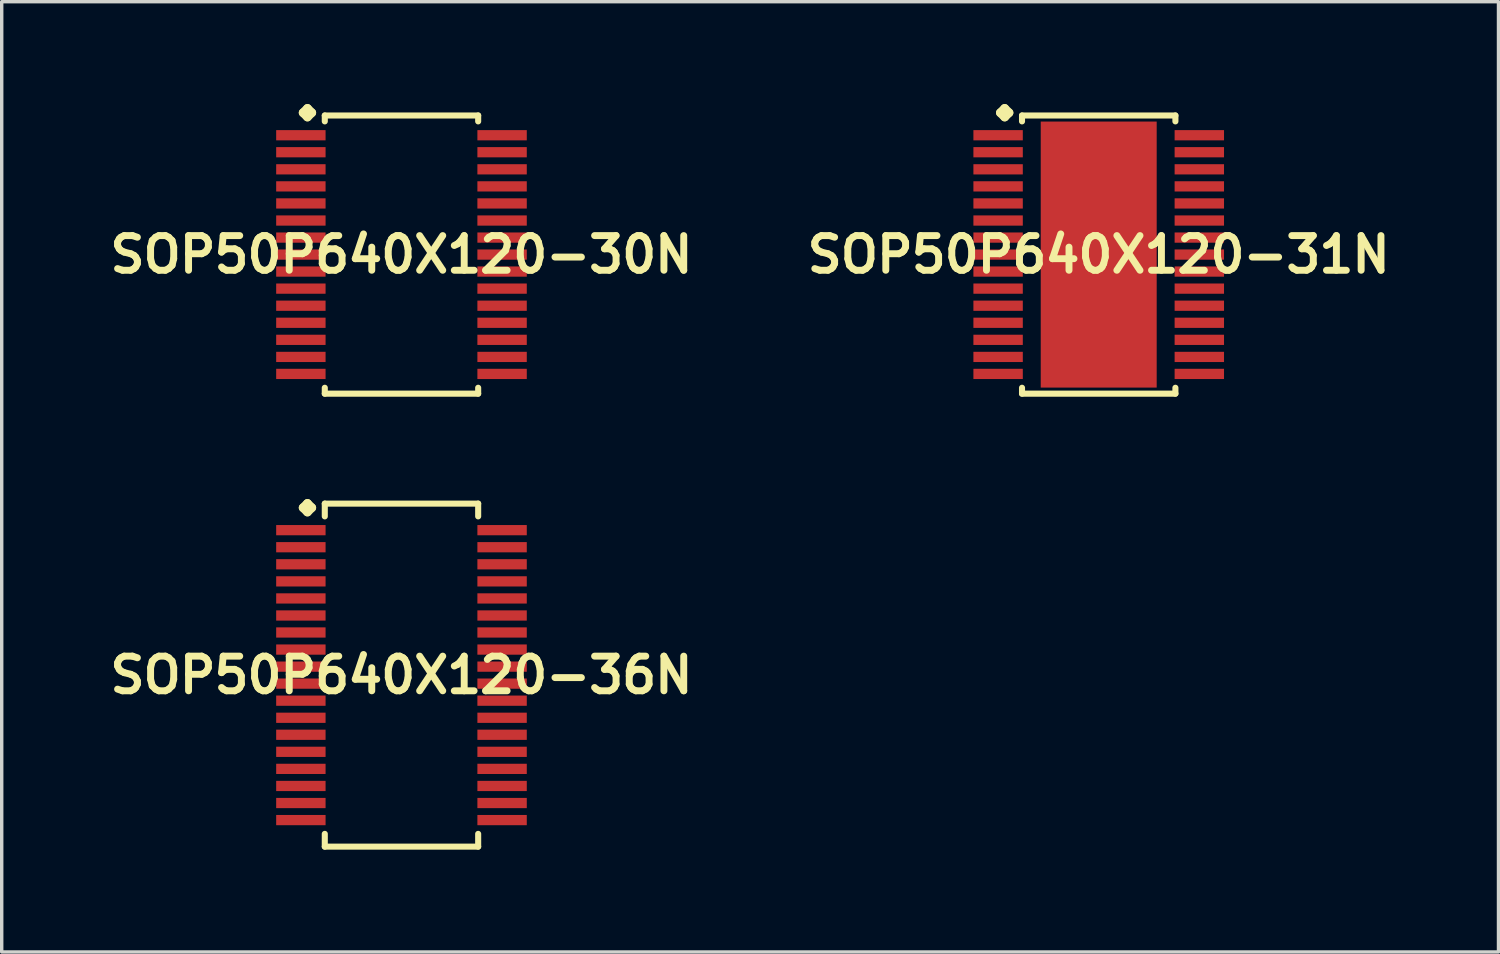
<source format=kicad_pcb>
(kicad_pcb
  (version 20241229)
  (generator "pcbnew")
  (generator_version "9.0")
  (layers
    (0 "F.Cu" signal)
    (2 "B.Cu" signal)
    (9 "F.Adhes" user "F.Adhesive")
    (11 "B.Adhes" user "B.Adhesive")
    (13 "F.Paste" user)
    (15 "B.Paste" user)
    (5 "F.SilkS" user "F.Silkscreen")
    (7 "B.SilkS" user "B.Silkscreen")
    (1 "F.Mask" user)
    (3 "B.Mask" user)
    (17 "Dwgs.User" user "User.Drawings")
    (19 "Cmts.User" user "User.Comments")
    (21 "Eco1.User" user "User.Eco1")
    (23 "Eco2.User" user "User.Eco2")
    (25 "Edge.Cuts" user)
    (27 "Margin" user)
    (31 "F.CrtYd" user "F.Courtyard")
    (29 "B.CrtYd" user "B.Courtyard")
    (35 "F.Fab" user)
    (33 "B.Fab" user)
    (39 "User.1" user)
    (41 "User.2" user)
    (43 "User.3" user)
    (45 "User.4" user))
  (footprint "SOP50P640X120-30N"
    (layer "F.Cu")
    (at 8.718 4.412)
    (property "Reference" "SOP50P640X120-30N" (at 0 0 0) (layer "F.SilkS") (effects (font (size 1.016 1.016) (thickness 0.203))))
    (attr smd)
    (fp_line (start -2.883 -4.158) (end -2.756 -4.285) (stroke (width 0.254) (type solid)) (layer "F.SilkS"))
    (fp_line (start -2.756 -4.285) (end -2.629 -4.158) (stroke (width 0.254) (type solid)) (layer "F.SilkS"))
    (fp_line (start -2.756 -4.031) (end -2.883 -4.158) (stroke (width 0.254) (type solid)) (layer "F.SilkS"))
    (fp_line (start -2.629 -4.158) (end -2.756 -4.031) (stroke (width 0.254) (type solid)) (layer "F.SilkS"))
    (fp_line (start -2.248 -4.077) (end 2.248 -4.077) (stroke (width 0.178) (type solid)) (layer "F.SilkS"))
    (fp_line (start -2.248 -3.904) (end -2.248 -4.077) (stroke (width 0.178) (type solid)) (layer "F.SilkS"))
    (fp_line (start -2.248 3.904) (end -2.248 4.077) (stroke (width 0.178) (type solid)) (layer "F.SilkS"))
    (fp_line (start -2.248 4.077) (end 2.248 4.077) (stroke (width 0.178) (type solid)) (layer "F.SilkS"))
    (fp_line (start 2.248 -4.077) (end 2.248 -3.904) (stroke (width 0.178) (type solid)) (layer "F.SilkS"))
    (fp_line (start 2.248 4.077) (end 2.248 3.904) (stroke (width 0.178) (type solid)) (layer "F.SilkS"))
    (pad "1" smd rect (at -2.949 -3.498) (size 1.448 0.3) (layers "F.Cu" "F.Mask" "F.Paste"))
    (pad "2" smd rect (at -2.949 -3) (size 1.448 0.3) (layers "F.Cu" "F.Mask" "F.Paste"))
    (pad "3" smd rect (at -2.949 -2.499) (size 1.448 0.3) (layers "F.Cu" "F.Mask" "F.Paste"))
    (pad "4" smd rect (at -2.949 -1.999) (size 1.448 0.3) (layers "F.Cu" "F.Mask" "F.Paste"))
    (pad "5" smd rect (at -2.949 -1.499) (size 1.448 0.3) (layers "F.Cu" "F.Mask" "F.Paste"))
    (pad "6" smd rect (at -2.949 -0.998) (size 1.448 0.3) (layers "F.Cu" "F.Mask" "F.Paste"))
    (pad "7" smd rect (at -2.949 -0.498) (size 1.448 0.3) (layers "F.Cu" "F.Mask" "F.Paste"))
    (pad "8" smd rect (at -2.949 0) (size 1.448 0.3) (layers "F.Cu" "F.Mask" "F.Paste"))
    (pad "9" smd rect (at -2.949 0.498) (size 1.448 0.3) (layers "F.Cu" "F.Mask" "F.Paste"))
    (pad "10" smd rect (at -2.949 0.998) (size 1.448 0.3) (layers "F.Cu" "F.Mask" "F.Paste"))
    (pad "11" smd rect (at -2.949 1.499) (size 1.448 0.3) (layers "F.Cu" "F.Mask" "F.Paste"))
    (pad "12" smd rect (at -2.949 1.999) (size 1.448 0.3) (layers "F.Cu" "F.Mask" "F.Paste"))
    (pad "13" smd rect (at -2.949 2.499) (size 1.448 0.3) (layers "F.Cu" "F.Mask" "F.Paste"))
    (pad "14" smd rect (at -2.949 3) (size 1.448 0.3) (layers "F.Cu" "F.Mask" "F.Paste"))
    (pad "15" smd rect (at -2.949 3.498) (size 1.448 0.3) (layers "F.Cu" "F.Mask" "F.Paste"))
    (pad "16" smd rect (at 2.949 3.498) (size 1.448 0.3) (layers "F.Cu" "F.Mask" "F.Paste"))
    (pad "17" smd rect (at 2.949 3) (size 1.448 0.3) (layers "F.Cu" "F.Mask" "F.Paste"))
    (pad "18" smd rect (at 2.949 2.499) (size 1.448 0.3) (layers "F.Cu" "F.Mask" "F.Paste"))
    (pad "19" smd rect (at 2.949 1.999) (size 1.448 0.3) (layers "F.Cu" "F.Mask" "F.Paste"))
    (pad "20" smd rect (at 2.949 1.499) (size 1.448 0.3) (layers "F.Cu" "F.Mask" "F.Paste"))
    (pad "21" smd rect (at 2.949 0.998) (size 1.448 0.3) (layers "F.Cu" "F.Mask" "F.Paste"))
    (pad "22" smd rect (at 2.949 0.498) (size 1.448 0.3) (layers "F.Cu" "F.Mask" "F.Paste"))
    (pad "23" smd rect (at 2.949 0) (size 1.448 0.3) (layers "F.Cu" "F.Mask" "F.Paste"))
    (pad "24" smd rect (at 2.949 -0.498) (size 1.448 0.3) (layers "F.Cu" "F.Mask" "F.Paste"))
    (pad "25" smd rect (at 2.949 -0.998) (size 1.448 0.3) (layers "F.Cu" "F.Mask" "F.Paste"))
    (pad "26" smd rect (at 2.949 -1.499) (size 1.448 0.3) (layers "F.Cu" "F.Mask" "F.Paste"))
    (pad "27" smd rect (at 2.949 -1.999) (size 1.448 0.3) (layers "F.Cu" "F.Mask" "F.Paste"))
    (pad "28" smd rect (at 2.949 -2.499) (size 1.448 0.3) (layers "F.Cu" "F.Mask" "F.Paste"))
    (pad "29" smd rect (at 2.949 -3) (size 1.448 0.3) (layers "F.Cu" "F.Mask" "F.Paste"))
    (pad "30" smd rect (at 2.949 -3.498) (size 1.448 0.3) (layers "F.Cu" "F.Mask" "F.Paste")))
  (footprint "SOP50P640X120-36N"
    (layer "F.Cu")
    (at 8.718 16.739)
    (property "Reference" "SOP50P640X120-36N" (at 0 0 0) (layer "F.SilkS") (effects (font (size 1.016 1.016) (thickness 0.203))))
    (attr smd)
    (fp_line (start -2.883 -4.907) (end -2.756 -5.034) (stroke (width 0.254) (type solid)) (layer "F.SilkS"))
    (fp_line (start -2.756 -5.034) (end -2.629 -4.907) (stroke (width 0.254) (type solid)) (layer "F.SilkS"))
    (fp_line (start -2.756 -4.78) (end -2.883 -4.907) (stroke (width 0.254) (type solid)) (layer "F.SilkS"))
    (fp_line (start -2.629 -4.907) (end -2.756 -4.78) (stroke (width 0.254) (type solid)) (layer "F.SilkS"))
    (fp_line (start -2.248 -5.027) (end 2.248 -5.027) (stroke (width 0.178) (type solid)) (layer "F.SilkS"))
    (fp_line (start -2.248 -4.653) (end -2.248 -5.027) (stroke (width 0.178) (type solid)) (layer "F.SilkS"))
    (fp_line (start -2.248 4.653) (end -2.248 5.027) (stroke (width 0.178) (type solid)) (layer "F.SilkS"))
    (fp_line (start -2.248 5.027) (end 2.248 5.027) (stroke (width 0.178) (type solid)) (layer "F.SilkS"))
    (fp_line (start 2.248 -5.027) (end 2.248 -4.653) (stroke (width 0.178) (type solid)) (layer "F.SilkS"))
    (fp_line (start 2.248 5.027) (end 2.248 4.653) (stroke (width 0.178) (type solid)) (layer "F.SilkS"))
    (pad "1" smd rect (at -2.949 -4.249) (size 1.448 0.3) (layers "F.Cu" "F.Mask" "F.Paste"))
    (pad "2" smd rect (at -2.949 -3.749) (size 1.448 0.3) (layers "F.Cu" "F.Mask" "F.Paste"))
    (pad "3" smd rect (at -2.949 -3.249) (size 1.448 0.3) (layers "F.Cu" "F.Mask" "F.Paste"))
    (pad "4" smd rect (at -2.949 -2.748) (size 1.448 0.3) (layers "F.Cu" "F.Mask" "F.Paste"))
    (pad "5" smd rect (at -2.949 -2.248) (size 1.448 0.3) (layers "F.Cu" "F.Mask" "F.Paste"))
    (pad "6" smd rect (at -2.949 -1.748) (size 1.448 0.3) (layers "F.Cu" "F.Mask" "F.Paste"))
    (pad "7" smd rect (at -2.949 -1.25) (size 1.448 0.3) (layers "F.Cu" "F.Mask" "F.Paste"))
    (pad "8" smd rect (at -2.949 -0.749) (size 1.448 0.3) (layers "F.Cu" "F.Mask" "F.Paste"))
    (pad "9" smd rect (at -2.949 -0.249) (size 1.448 0.3) (layers "F.Cu" "F.Mask" "F.Paste"))
    (pad "10" smd rect (at -2.949 0.249) (size 1.448 0.3) (layers "F.Cu" "F.Mask" "F.Paste"))
    (pad "11" smd rect (at -2.949 0.749) (size 1.448 0.3) (layers "F.Cu" "F.Mask" "F.Paste"))
    (pad "12" smd rect (at -2.949 1.25) (size 1.448 0.3) (layers "F.Cu" "F.Mask" "F.Paste"))
    (pad "13" smd rect (at -2.949 1.748) (size 1.448 0.3) (layers "F.Cu" "F.Mask" "F.Paste"))
    (pad "14" smd rect (at -2.949 2.248) (size 1.448 0.3) (layers "F.Cu" "F.Mask" "F.Paste"))
    (pad "15" smd rect (at -2.949 2.748) (size 1.448 0.3) (layers "F.Cu" "F.Mask" "F.Paste"))
    (pad "16" smd rect (at -2.949 3.249) (size 1.448 0.3) (layers "F.Cu" "F.Mask" "F.Paste"))
    (pad "17" smd rect (at -2.949 3.749) (size 1.448 0.3) (layers "F.Cu" "F.Mask" "F.Paste"))
    (pad "18" smd rect (at -2.949 4.249) (size 1.448 0.3) (layers "F.Cu" "F.Mask" "F.Paste"))
    (pad "19" smd rect (at 2.949 4.249) (size 1.448 0.3) (layers "F.Cu" "F.Mask" "F.Paste"))
    (pad "20" smd rect (at 2.949 3.749) (size 1.448 0.3) (layers "F.Cu" "F.Mask" "F.Paste"))
    (pad "21" smd rect (at 2.949 3.249) (size 1.448 0.3) (layers "F.Cu" "F.Mask" "F.Paste"))
    (pad "22" smd rect (at 2.949 2.748) (size 1.448 0.3) (layers "F.Cu" "F.Mask" "F.Paste"))
    (pad "23" smd rect (at 2.949 2.248) (size 1.448 0.3) (layers "F.Cu" "F.Mask" "F.Paste"))
    (pad "24" smd rect (at 2.949 1.748) (size 1.448 0.3) (layers "F.Cu" "F.Mask" "F.Paste"))
    (pad "25" smd rect (at 2.949 1.25) (size 1.448 0.3) (layers "F.Cu" "F.Mask" "F.Paste"))
    (pad "26" smd rect (at 2.949 0.749) (size 1.448 0.3) (layers "F.Cu" "F.Mask" "F.Paste"))
    (pad "27" smd rect (at 2.949 0.249) (size 1.448 0.3) (layers "F.Cu" "F.Mask" "F.Paste"))
    (pad "28" smd rect (at 2.949 -0.249) (size 1.448 0.3) (layers "F.Cu" "F.Mask" "F.Paste"))
    (pad "29" smd rect (at 2.949 -0.749) (size 1.448 0.3) (layers "F.Cu" "F.Mask" "F.Paste"))
    (pad "30" smd rect (at 2.949 -1.25) (size 1.448 0.3) (layers "F.Cu" "F.Mask" "F.Paste"))
    (pad "31" smd rect (at 2.949 -1.748) (size 1.448 0.3) (layers "F.Cu" "F.Mask" "F.Paste"))
    (pad "32" smd rect (at 2.949 -2.248) (size 1.448 0.3) (layers "F.Cu" "F.Mask" "F.Paste"))
    (pad "33" smd rect (at 2.949 -2.748) (size 1.448 0.3) (layers "F.Cu" "F.Mask" "F.Paste"))
    (pad "34" smd rect (at 2.949 -3.249) (size 1.448 0.3) (layers "F.Cu" "F.Mask" "F.Paste"))
    (pad "35" smd rect (at 2.949 -3.749) (size 1.448 0.3) (layers "F.Cu" "F.Mask" "F.Paste"))
    (pad "36" smd rect (at 2.949 -4.249) (size 1.448 0.3) (layers "F.Cu" "F.Mask" "F.Paste")))
  (footprint "SOP50P640X120-31N"
    (layer "F.Cu")
    (at 29.155 4.412)
    (property "Reference" "SOP50P640X120-31N" (at 0 0 0) (layer "F.SilkS") (effects (font (size 1.016 1.016) (thickness 0.203))))
    (attr smd)
    (fp_line (start -2.883 -4.158) (end -2.756 -4.285) (stroke (width 0.254) (type solid)) (layer "F.SilkS"))
    (fp_line (start -2.756 -4.285) (end -2.629 -4.158) (stroke (width 0.254) (type solid)) (layer "F.SilkS"))
    (fp_line (start -2.756 -4.031) (end -2.883 -4.158) (stroke (width 0.254) (type solid)) (layer "F.SilkS"))
    (fp_line (start -2.629 -4.158) (end -2.756 -4.031) (stroke (width 0.254) (type solid)) (layer "F.SilkS"))
    (fp_line (start -2.248 -4.077) (end 2.248 -4.077) (stroke (width 0.178) (type solid)) (layer "F.SilkS"))
    (fp_line (start -2.248 -3.904) (end -2.248 -4.077) (stroke (width 0.178) (type solid)) (layer "F.SilkS"))
    (fp_line (start -2.248 3.904) (end -2.248 4.077) (stroke (width 0.178) (type solid)) (layer "F.SilkS"))
    (fp_line (start -2.248 4.077) (end 2.248 4.077) (stroke (width 0.178) (type solid)) (layer "F.SilkS"))
    (fp_line (start 2.248 -4.077) (end 2.248 -3.904) (stroke (width 0.178) (type solid)) (layer "F.SilkS"))
    (fp_line (start 2.248 4.077) (end 2.248 3.904) (stroke (width 0.178) (type solid)) (layer "F.SilkS"))
    (pad "1" smd rect (at -2.949 -3.498) (size 1.448 0.3) (layers "F.Cu" "F.Mask" "F.Paste"))
    (pad "2" smd rect (at -2.949 -3) (size 1.448 0.3) (layers "F.Cu" "F.Mask" "F.Paste"))
    (pad "3" smd rect (at -2.949 -2.499) (size 1.448 0.3) (layers "F.Cu" "F.Mask" "F.Paste"))
    (pad "4" smd rect (at -2.949 -1.999) (size 1.448 0.3) (layers "F.Cu" "F.Mask" "F.Paste"))
    (pad "5" smd rect (at -2.949 -1.499) (size 1.448 0.3) (layers "F.Cu" "F.Mask" "F.Paste"))
    (pad "6" smd rect (at -2.949 -0.998) (size 1.448 0.3) (layers "F.Cu" "F.Mask" "F.Paste"))
    (pad "7" smd rect (at -2.949 -0.498) (size 1.448 0.3) (layers "F.Cu" "F.Mask" "F.Paste"))
    (pad "8" smd rect (at -2.949 0) (size 1.448 0.3) (layers "F.Cu" "F.Mask" "F.Paste"))
    (pad "9" smd rect (at -2.949 0.498) (size 1.448 0.3) (layers "F.Cu" "F.Mask" "F.Paste"))
    (pad "10" smd rect (at -2.949 0.998) (size 1.448 0.3) (layers "F.Cu" "F.Mask" "F.Paste"))
    (pad "11" smd rect (at -2.949 1.499) (size 1.448 0.3) (layers "F.Cu" "F.Mask" "F.Paste"))
    (pad "12" smd rect (at -2.949 1.999) (size 1.448 0.3) (layers "F.Cu" "F.Mask" "F.Paste"))
    (pad "13" smd rect (at -2.949 2.499) (size 1.448 0.3) (layers "F.Cu" "F.Mask" "F.Paste"))
    (pad "14" smd rect (at -2.949 3) (size 1.448 0.3) (layers "F.Cu" "F.Mask" "F.Paste"))
    (pad "15" smd rect (at -2.949 3.498) (size 1.448 0.3) (layers "F.Cu" "F.Mask" "F.Paste"))
    (pad "16" smd rect (at 2.949 3.498) (size 1.448 0.3) (layers "F.Cu" "F.Mask" "F.Paste"))
    (pad "17" smd rect (at 2.949 3) (size 1.448 0.3) (layers "F.Cu" "F.Mask" "F.Paste"))
    (pad "18" smd rect (at 2.949 2.499) (size 1.448 0.3) (layers "F.Cu" "F.Mask" "F.Paste"))
    (pad "19" smd rect (at 2.949 1.999) (size 1.448 0.3) (layers "F.Cu" "F.Mask" "F.Paste"))
    (pad "20" smd rect (at 2.949 1.499) (size 1.448 0.3) (layers "F.Cu" "F.Mask" "F.Paste"))
    (pad "21" smd rect (at 2.949 0.998) (size 1.448 0.3) (layers "F.Cu" "F.Mask" "F.Paste"))
    (pad "22" smd rect (at 2.949 0.498) (size 1.448 0.3) (layers "F.Cu" "F.Mask" "F.Paste"))
    (pad "23" smd rect (at 2.949 0) (size 1.448 0.3) (layers "F.Cu" "F.Mask" "F.Paste"))
    (pad "24" smd rect (at 2.949 -0.498) (size 1.448 0.3) (layers "F.Cu" "F.Mask" "F.Paste"))
    (pad "25" smd rect (at 2.949 -0.998) (size 1.448 0.3) (layers "F.Cu" "F.Mask" "F.Paste"))
    (pad "26" smd rect (at 2.949 -1.499) (size 1.448 0.3) (layers "F.Cu" "F.Mask" "F.Paste"))
    (pad "27" smd rect (at 2.949 -1.999) (size 1.448 0.3) (layers "F.Cu" "F.Mask" "F.Paste"))
    (pad "28" smd rect (at 2.949 -2.499) (size 1.448 0.3) (layers "F.Cu" "F.Mask" "F.Paste"))
    (pad "29" smd rect (at 2.949 -3) (size 1.448 0.3) (layers "F.Cu" "F.Mask" "F.Paste"))
    (pad "30" smd rect (at 2.949 -3.498) (size 1.448 0.3) (layers "F.Cu" "F.Mask" "F.Paste"))
    (pad "31" smd rect (at 0 0) (size 3.399 7.798) (layers "F.Cu" "F.Mask" "F.Paste")))
  (gr_rect
    (start -3 -3)
    (end 40.873 24.854)
    (stroke (width 0.1) (type default))
    (fill no)
    (layer "Edge.Cuts")))
</source>
